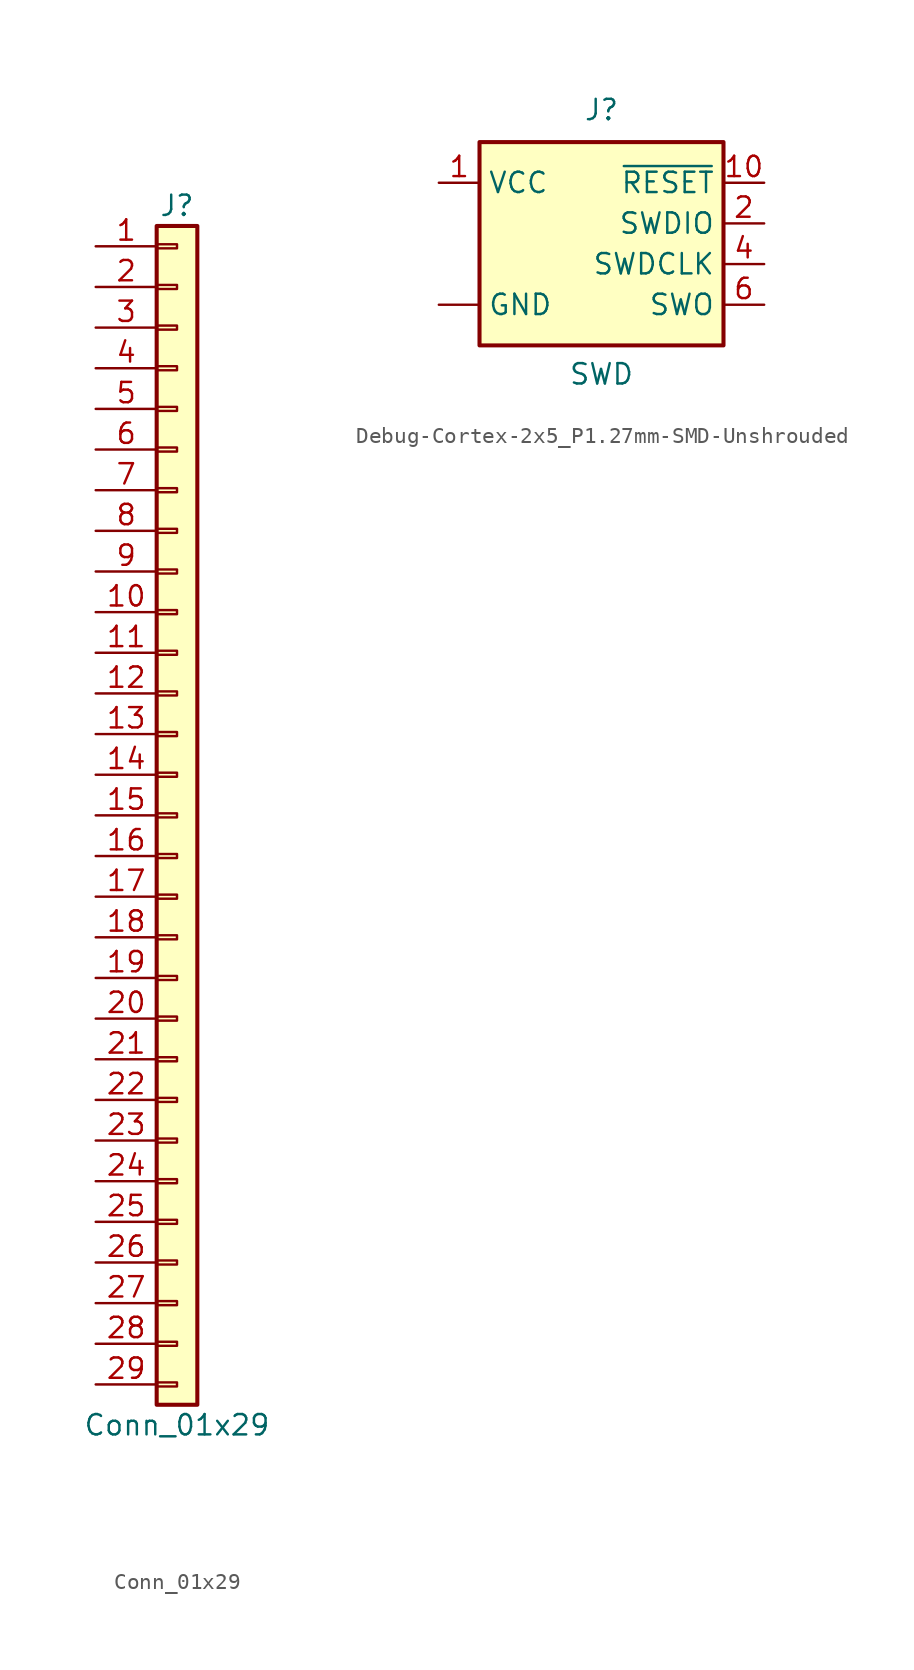
<source format=kicad_sym>
(kicad_symbol_lib
  (version 20241209)
  (generator "kicad_symbol_editor")
  (generator_version "9.0")
  (symbol "Conn_01x29"
    (pin_names
      (offset 1.016)
      (hide yes))
    (property "Reference" "J"
      (at 0 38.1 0)
      (effects (font (size 1.27 1.27))))
    (property "Value" "Conn_01x29"
      (at 0 -38.1 0)
      (effects (font (size 1.27 1.27))))
    (symbol "Conn_01x29_1_1"
      (rectangle (start -1.27 36.83) (end 1.27 -36.83) (stroke (width 0.254) (type default)) (fill (type background)))
      (rectangle (start -1.27 35.687) (end 0 35.433) (stroke (width 0.152) (type default)) (fill (type none)))
      (rectangle (start -1.27 33.147) (end 0 32.893) (stroke (width 0.152) (type default)) (fill (type none)))
      (rectangle (start -1.27 30.607) (end 0 30.353) (stroke (width 0.152) (type default)) (fill (type none)))
      (rectangle (start -1.27 28.067) (end 0 27.813) (stroke (width 0.152) (type default)) (fill (type none)))
      (rectangle (start -1.27 25.527) (end 0 25.273) (stroke (width 0.152) (type default)) (fill (type none)))
      (rectangle (start -1.27 22.987) (end 0 22.733) (stroke (width 0.152) (type default)) (fill (type none)))
      (rectangle (start -1.27 20.447) (end 0 20.193) (stroke (width 0.152) (type default)) (fill (type none)))
      (rectangle (start -1.27 17.907) (end 0 17.653) (stroke (width 0.152) (type default)) (fill (type none)))
      (rectangle (start -1.27 15.367) (end 0 15.113) (stroke (width 0.152) (type default)) (fill (type none)))
      (rectangle (start -1.27 12.827) (end 0 12.573) (stroke (width 0.152) (type default)) (fill (type none)))
      (rectangle (start -1.27 10.287) (end 0 10.033) (stroke (width 0.152) (type default)) (fill (type none)))
      (rectangle (start -1.27 7.747) (end 0 7.493) (stroke (width 0.152) (type default)) (fill (type none)))
      (rectangle (start -1.27 5.207) (end 0 4.953) (stroke (width 0.152) (type default)) (fill (type none)))
      (rectangle (start -1.27 2.667) (end 0 2.413) (stroke (width 0.152) (type default)) (fill (type none)))
      (rectangle (start -1.27 0.127) (end 0 -0.127) (stroke (width 0.152) (type default)) (fill (type none)))
      (rectangle (start -1.27 -2.413) (end 0 -2.667) (stroke (width 0.152) (type default)) (fill (type none)))
      (rectangle (start -1.27 -4.953) (end 0 -5.207) (stroke (width 0.152) (type default)) (fill (type none)))
      (rectangle (start -1.27 -7.493) (end 0 -7.747) (stroke (width 0.152) (type default)) (fill (type none)))
      (rectangle (start -1.27 -10.033) (end 0 -10.287) (stroke (width 0.152) (type default)) (fill (type none)))
      (rectangle (start -1.27 -12.573) (end 0 -12.827) (stroke (width 0.152) (type default)) (fill (type none)))
      (rectangle (start -1.27 -15.113) (end 0 -15.367) (stroke (width 0.152) (type default)) (fill (type none)))
      (rectangle (start -1.27 -17.653) (end 0 -17.907) (stroke (width 0.152) (type default)) (fill (type none)))
      (rectangle (start -1.27 -20.193) (end 0 -20.447) (stroke (width 0.152) (type default)) (fill (type none)))
      (rectangle (start -1.27 -22.733) (end 0 -22.987) (stroke (width 0.152) (type default)) (fill (type none)))
      (rectangle (start -1.27 -25.273) (end 0 -25.527) (stroke (width 0.152) (type default)) (fill (type none)))
      (rectangle (start -1.27 -27.813) (end 0 -28.067) (stroke (width 0.152) (type default)) (fill (type none)))
      (rectangle (start -1.27 -30.353) (end 0 -30.607) (stroke (width 0.152) (type default)) (fill (type none)))
      (rectangle (start -1.27 -32.893) (end 0 -33.147) (stroke (width 0.152) (type default)) (fill (type none)))
      (rectangle (start -1.27 -35.433) (end 0 -35.687) (stroke (width 0.152) (type default)) (fill (type none)))
      (pin passive line (at -5.08 35.56 0) (length 3.81) (name "Pin_1" (effects (font (size 1.27 1.27)))) (number "1" (effects (font (size 1.27 1.27)))))
      (pin passive line (at -5.08 33.02 0) (length 3.81) (name "Pin_2" (effects (font (size 1.27 1.27)))) (number "2" (effects (font (size 1.27 1.27)))))
      (pin passive line (at -5.08 30.48 0) (length 3.81) (name "Pin_3" (effects (font (size 1.27 1.27)))) (number "3" (effects (font (size 1.27 1.27)))))
      (pin passive line (at -5.08 27.94 0) (length 3.81) (name "Pin_4" (effects (font (size 1.27 1.27)))) (number "4" (effects (font (size 1.27 1.27)))))
      (pin passive line (at -5.08 25.4 0) (length 3.81) (name "Pin_5" (effects (font (size 1.27 1.27)))) (number "5" (effects (font (size 1.27 1.27)))))
      (pin passive line (at -5.08 22.86 0) (length 3.81) (name "Pin_6" (effects (font (size 1.27 1.27)))) (number "6" (effects (font (size 1.27 1.27)))))
      (pin passive line (at -5.08 20.32 0) (length 3.81) (name "Pin_7" (effects (font (size 1.27 1.27)))) (number "7" (effects (font (size 1.27 1.27)))))
      (pin passive line (at -5.08 17.78 0) (length 3.81) (name "Pin_8" (effects (font (size 1.27 1.27)))) (number "8" (effects (font (size 1.27 1.27)))))
      (pin passive line (at -5.08 15.24 0) (length 3.81) (name "Pin_9" (effects (font (size 1.27 1.27)))) (number "9" (effects (font (size 1.27 1.27)))))
      (pin passive line (at -5.08 12.7 0) (length 3.81) (name "Pin_10" (effects (font (size 1.27 1.27)))) (number "10" (effects (font (size 1.27 1.27)))))
      (pin passive line (at -5.08 10.16 0) (length 3.81) (name "Pin_11" (effects (font (size 1.27 1.27)))) (number "11" (effects (font (size 1.27 1.27)))))
      (pin passive line (at -5.08 7.62 0) (length 3.81) (name "Pin_12" (effects (font (size 1.27 1.27)))) (number "12" (effects (font (size 1.27 1.27)))))
      (pin passive line (at -5.08 5.08 0) (length 3.81) (name "Pin_13" (effects (font (size 1.27 1.27)))) (number "13" (effects (font (size 1.27 1.27)))))
      (pin passive line (at -5.08 2.54 0) (length 3.81) (name "Pin_14" (effects (font (size 1.27 1.27)))) (number "14" (effects (font (size 1.27 1.27)))))
      (pin passive line (at -5.08 0 0) (length 3.81) (name "Pin_15" (effects (font (size 1.27 1.27)))) (number "15" (effects (font (size 1.27 1.27)))))
      (pin passive line (at -5.08 -2.54 0) (length 3.81) (name "Pin_16" (effects (font (size 1.27 1.27)))) (number "16" (effects (font (size 1.27 1.27)))))
      (pin passive line (at -5.08 -5.08 0) (length 3.81) (name "Pin_17" (effects (font (size 1.27 1.27)))) (number "17" (effects (font (size 1.27 1.27)))))
      (pin passive line (at -5.08 -7.62 0) (length 3.81) (name "Pin_18" (effects (font (size 1.27 1.27)))) (number "18" (effects (font (size 1.27 1.27)))))
      (pin passive line (at -5.08 -10.16 0) (length 3.81) (name "Pin_19" (effects (font (size 1.27 1.27)))) (number "19" (effects (font (size 1.27 1.27)))))
      (pin passive line (at -5.08 -12.7 0) (length 3.81) (name "Pin_20" (effects (font (size 1.27 1.27)))) (number "20" (effects (font (size 1.27 1.27)))))
      (pin passive line (at -5.08 -15.24 0) (length 3.81) (name "Pin_21" (effects (font (size 1.27 1.27)))) (number "21" (effects (font (size 1.27 1.27)))))
      (pin passive line (at -5.08 -17.78 0) (length 3.81) (name "Pin_22" (effects (font (size 1.27 1.27)))) (number "22" (effects (font (size 1.27 1.27)))))
      (pin passive line (at -5.08 -20.32 0) (length 3.81) (name "Pin_23" (effects (font (size 1.27 1.27)))) (number "23" (effects (font (size 1.27 1.27)))))
      (pin passive line (at -5.08 -22.86 0) (length 3.81) (name "Pin_24" (effects (font (size 1.27 1.27)))) (number "24" (effects (font (size 1.27 1.27)))))
      (pin passive line (at -5.08 -25.4 0) (length 3.81) (name "Pin_25" (effects (font (size 1.27 1.27)))) (number "25" (effects (font (size 1.27 1.27)))))
      (pin passive line (at -5.08 -27.94 0) (length 3.81) (name "Pin_26" (effects (font (size 1.27 1.27)))) (number "26" (effects (font (size 1.27 1.27)))))
      (pin passive line (at -5.08 -30.48 0) (length 3.81) (name "Pin_27" (effects (font (size 1.27 1.27)))) (number "27" (effects (font (size 1.27 1.27)))))
      (pin passive line (at -5.08 -33.02 0) (length 3.81) (name "Pin_28" (effects (font (size 1.27 1.27)))) (number "28" (effects (font (size 1.27 1.27)))))
      (pin passive line (at -5.08 -35.56 0) (length 3.81) (name "Pin_29" (effects (font (size 1.27 1.27)))) (number "29" (effects (font (size 1.27 1.27)))))))
  (symbol "Debug-Cortex-2x5_P1.27mm-SMD-Unshrouded"
    (property "Reference" "J"
      (at 0 8.89 0)
      (effects (font (size 1.27 1.27)) (justify bottom)))
    (property "Value" "SWD"
      (at 0 -7.62 0)
      (effects (font (size 1.27 1.27)) (justify bottom)))
    (symbol "Debug-Cortex-2x5_P1.27mm-SMD-Unshrouded_1_0"
      (pin power_in line (at -10.16 5.08 0) (length 2.54) (name "VCC" (effects (font (size 1.27 1.27)))) (number "1" (effects (font (size 1.27 1.27)))))
      (pin power_in line (at -10.16 -2.54 0) (length 2.54) (name "GND" (effects (font (size 1.27 1.27)))) (number "3" (effects (font (size 0 0)))))
      (pin power_in line (at -10.16 -2.54 0) (length 2.54) (hide yes) (name "GND" (effects (font (size 1.27 1.27)))) (number "5" (effects (font (size 0 0)))))
      (pin input line (at -10.16 -2.54 0) (length 2.54) (hide yes) (name "GND" (effects (font (size 1.27 1.27)))) (number "9" (effects (font (size 0 0)))))
      (pin open_collector line (at 10.16 5.08 180) (length 2.54) (name "~{RESET}" (effects (font (size 1.27 1.27)))) (number "10" (effects (font (size 1.27 1.27)))))
      (pin bidirectional line (at 10.16 2.54 180) (length 2.54) (name "SWDIO" (effects (font (size 1.27 1.27)))) (number "2" (effects (font (size 1.27 1.27)))))
      (pin output line (at 10.16 0 180) (length 2.54) (name "SWDCLK" (effects (font (size 1.27 1.27)))) (number "4" (effects (font (size 1.27 1.27)))))
      (pin input line (at 10.16 -2.54 180) (length 2.54) (name "SWO" (effects (font (size 1.27 1.27)))) (number "6" (effects (font (size 1.27 1.27))))))
    (symbol "Debug-Cortex-2x5_P1.27mm-SMD-Unshrouded_1_1"
      (rectangle (start -7.62 7.62) (end 7.62 -5.08) (stroke (width 0.254) (type default)) (fill (type background))))))
</source>
